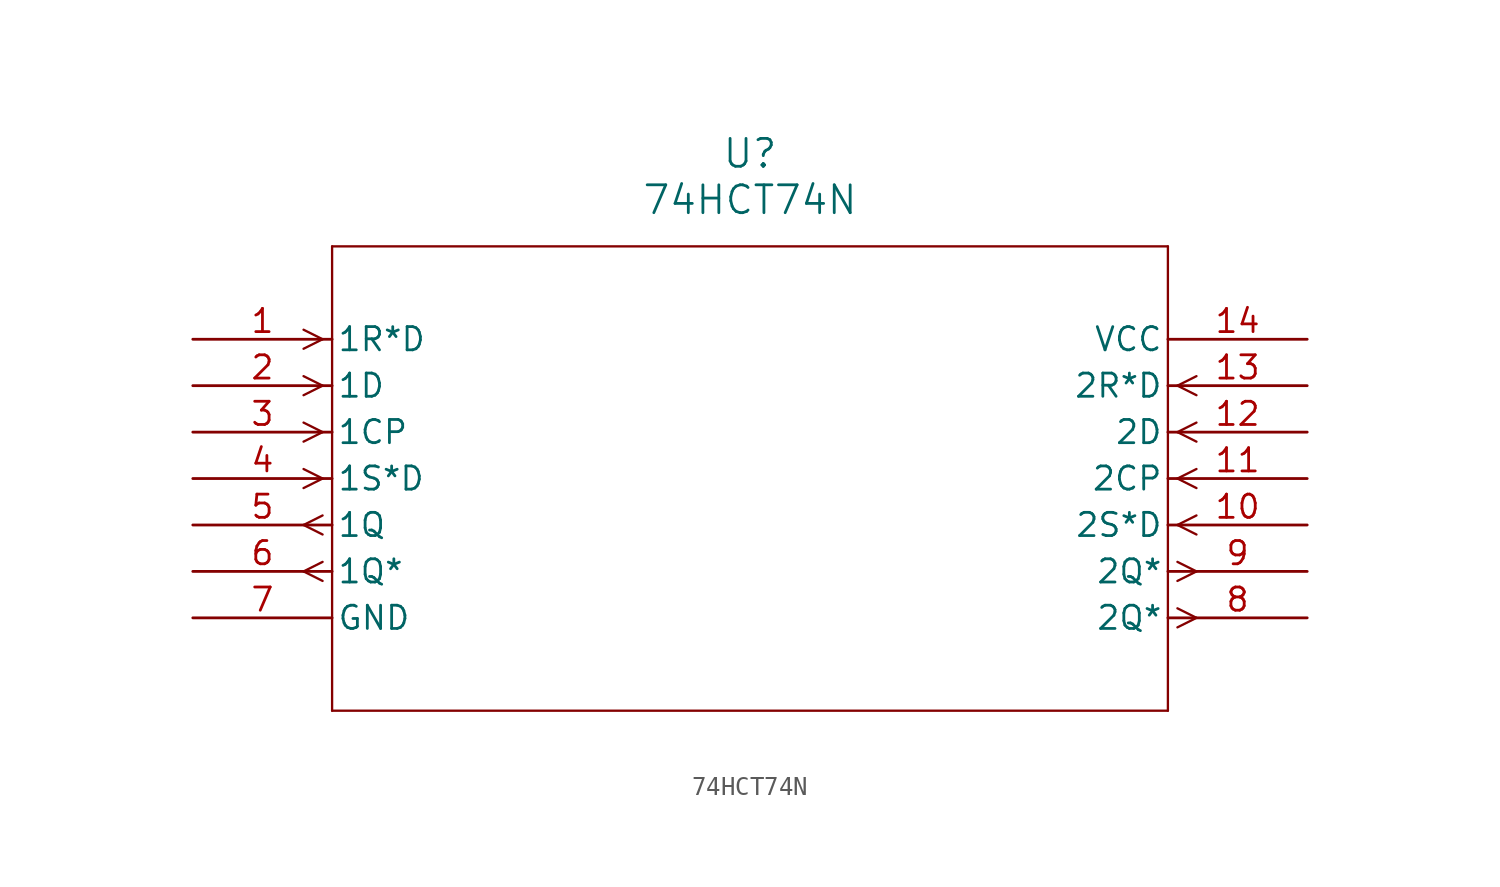
<source format=kicad_sym>
(kicad_symbol_lib
  (version 20211014)
  (generator kicad_symbol_editor)
  (symbol "74HCT74N"
    (pin_names
      (offset 0.254))
    (property "Reference" "U"
      (at 30.48 10.16 0)
      (effects (font (size 1.524 1.524))))
    (property "Value" "74HCT74N"
      (at 30.48 7.62 0)
      (effects (font (size 1.524 1.524))))
    (symbol "74HCT74N_0_1"
      (polyline (pts (xy 7.099 0) (xy 6.058 0.521)) (stroke (width 0.127) (type default) (color 0 0 0 0)) (fill (type none)))
      (polyline (pts (xy 7.099 0) (xy 6.058 -0.521)) (stroke (width 0.127) (type default) (color 0 0 0 0)) (fill (type none)))
      (polyline (pts (xy 7.099 -2.54) (xy 6.058 -2.019)) (stroke (width 0.127) (type default) (color 0 0 0 0)) (fill (type none)))
      (polyline (pts (xy 7.099 -2.54) (xy 6.058 -3.061)) (stroke (width 0.127) (type default) (color 0 0 0 0)) (fill (type none)))
      (polyline (pts (xy 7.099 -5.08) (xy 6.058 -4.559)) (stroke (width 0.127) (type default) (color 0 0 0 0)) (fill (type none)))
      (polyline (pts (xy 7.099 -5.08) (xy 6.058 -5.601)) (stroke (width 0.127) (type default) (color 0 0 0 0)) (fill (type none)))
      (polyline (pts (xy 7.099 -7.62) (xy 6.058 -7.099)) (stroke (width 0.127) (type default) (color 0 0 0 0)) (fill (type none)))
      (polyline (pts (xy 7.099 -7.62) (xy 6.058 -8.141)) (stroke (width 0.127) (type default) (color 0 0 0 0)) (fill (type none)))
      (polyline (pts (xy 7.099 -9.639) (xy 6.058 -10.16)) (stroke (width 0.127) (type default) (color 0 0 0 0)) (fill (type none)))
      (polyline (pts (xy 7.099 -10.681) (xy 6.058 -10.16)) (stroke (width 0.127) (type default) (color 0 0 0 0)) (fill (type none)))
      (polyline (pts (xy 7.099 -12.179) (xy 6.058 -12.7)) (stroke (width 0.127) (type default) (color 0 0 0 0)) (fill (type none)))
      (polyline (pts (xy 7.099 -13.221) (xy 6.058 -12.7)) (stroke (width 0.127) (type default) (color 0 0 0 0)) (fill (type none)))
      (polyline (pts (xy 53.861 -14.719) (xy 54.902 -15.24)) (stroke (width 0.127) (type default) (color 0 0 0 0)) (fill (type none)))
      (polyline (pts (xy 53.861 -15.761) (xy 54.902 -15.24)) (stroke (width 0.127) (type default) (color 0 0 0 0)) (fill (type none)))
      (polyline (pts (xy 53.861 -12.179) (xy 54.902 -12.7)) (stroke (width 0.127) (type default) (color 0 0 0 0)) (fill (type none)))
      (polyline (pts (xy 53.861 -13.221) (xy 54.902 -12.7)) (stroke (width 0.127) (type default) (color 0 0 0 0)) (fill (type none)))
      (polyline (pts (xy 53.861 -10.16) (xy 54.902 -9.639)) (stroke (width 0.127) (type default) (color 0 0 0 0)) (fill (type none)))
      (polyline (pts (xy 53.861 -10.16) (xy 54.902 -10.681)) (stroke (width 0.127) (type default) (color 0 0 0 0)) (fill (type none)))
      (polyline (pts (xy 53.861 -7.62) (xy 54.902 -7.099)) (stroke (width 0.127) (type default) (color 0 0 0 0)) (fill (type none)))
      (polyline (pts (xy 53.861 -7.62) (xy 54.902 -8.141)) (stroke (width 0.127) (type default) (color 0 0 0 0)) (fill (type none)))
      (polyline (pts (xy 53.861 -5.08) (xy 54.902 -4.559)) (stroke (width 0.127) (type default) (color 0 0 0 0)) (fill (type none)))
      (polyline (pts (xy 53.861 -5.08) (xy 54.902 -5.601)) (stroke (width 0.127) (type default) (color 0 0 0 0)) (fill (type none)))
      (polyline (pts (xy 53.861 -2.54) (xy 54.902 -2.019)) (stroke (width 0.127) (type default) (color 0 0 0 0)) (fill (type none)))
      (polyline (pts (xy 53.861 -2.54) (xy 54.902 -3.061)) (stroke (width 0.127) (type default) (color 0 0 0 0)) (fill (type none)))
      (polyline (pts (xy 7.62 5.08) (xy 7.62 -20.32)) (stroke (width 0.127) (type default) (color 0 0 0 0)) (fill (type none)))
      (polyline (pts (xy 7.62 -20.32) (xy 53.34 -20.32)) (stroke (width 0.127) (type default) (color 0 0 0 0)) (fill (type none)))
      (polyline (pts (xy 53.34 -20.32) (xy 53.34 5.08)) (stroke (width 0.127) (type default) (color 0 0 0 0)) (fill (type none)))
      (polyline (pts (xy 53.34 5.08) (xy 7.62 5.08)) (stroke (width 0.127) (type default) (color 0 0 0 0)) (fill (type none)))
      (pin input line (at 0 0 0) (length 7.62) (name "1R*D" (effects (font (size 1.27 1.27)))) (number "1" (effects (font (size 1.27 1.27)))))
      (pin input line (at 0 -2.54 0) (length 7.62) (name "1D" (effects (font (size 1.27 1.27)))) (number "2" (effects (font (size 1.27 1.27)))))
      (pin input line (at 0 -5.08 0) (length 7.62) (name "1CP" (effects (font (size 1.27 1.27)))) (number "3" (effects (font (size 1.27 1.27)))))
      (pin input line (at 0 -7.62 0) (length 7.62) (name "1S*D" (effects (font (size 1.27 1.27)))) (number "4" (effects (font (size 1.27 1.27)))))
      (pin output line (at 0 -10.16 0) (length 7.62) (name "1Q" (effects (font (size 1.27 1.27)))) (number "5" (effects (font (size 1.27 1.27)))))
      (pin output line (at 0 -12.7 0) (length 7.62) (name "1Q*" (effects (font (size 1.27 1.27)))) (number "6" (effects (font (size 1.27 1.27)))))
      (pin power_in line (at 0 -15.24 0) (length 7.62) (name "GND" (effects (font (size 1.27 1.27)))) (number "7" (effects (font (size 1.27 1.27)))))
      (pin output line (at 60.96 -15.24 180) (length 7.62) (name "2Q*" (effects (font (size 1.27 1.27)))) (number "8" (effects (font (size 1.27 1.27)))))
      (pin output line (at 60.96 -12.7 180) (length 7.62) (name "2Q*" (effects (font (size 1.27 1.27)))) (number "9" (effects (font (size 1.27 1.27)))))
      (pin input line (at 60.96 -10.16 180) (length 7.62) (name "2S*D" (effects (font (size 1.27 1.27)))) (number "10" (effects (font (size 1.27 1.27)))))
      (pin input line (at 60.96 -7.62 180) (length 7.62) (name "2CP" (effects (font (size 1.27 1.27)))) (number "11" (effects (font (size 1.27 1.27)))))
      (pin input line (at 60.96 -5.08 180) (length 7.62) (name "2D" (effects (font (size 1.27 1.27)))) (number "12" (effects (font (size 1.27 1.27)))))
      (pin input line (at 60.96 -2.54 180) (length 7.62) (name "2R*D" (effects (font (size 1.27 1.27)))) (number "13" (effects (font (size 1.27 1.27)))))
      (pin power_in line (at 60.96 0 180) (length 7.62) (name "VCC" (effects (font (size 1.27 1.27)))) (number "14" (effects (font (size 1.27 1.27))))))))
</source>
